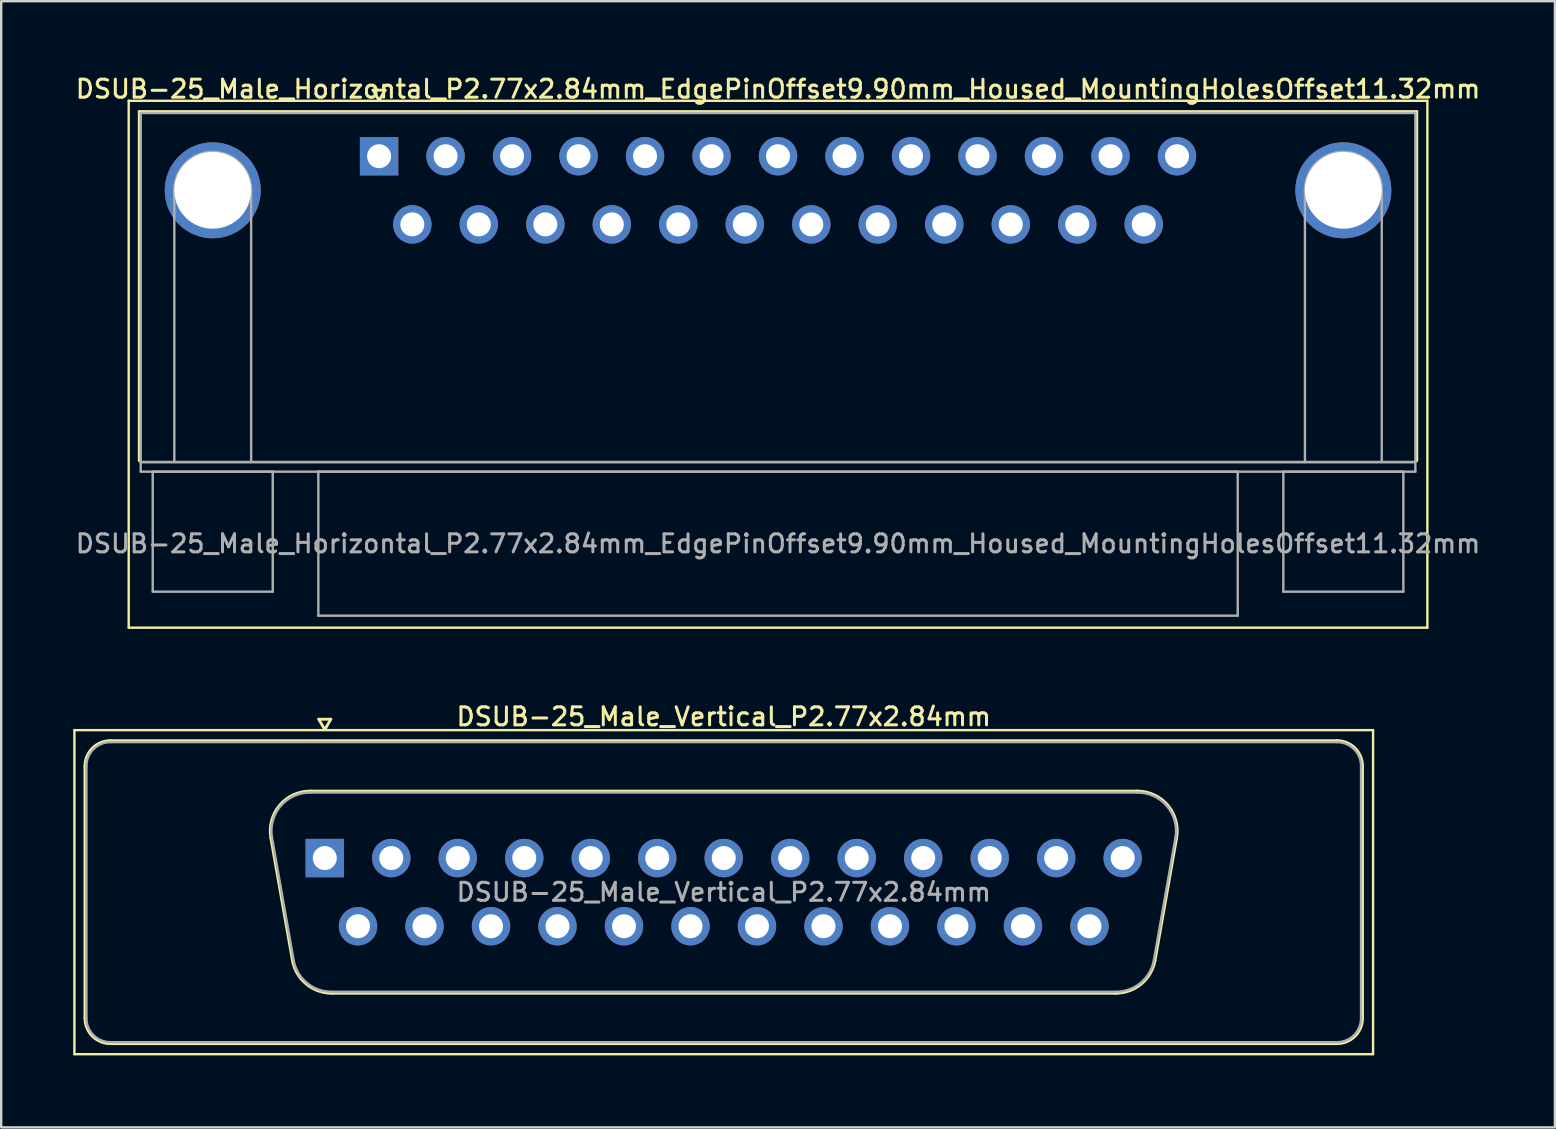
<source format=kicad_pcb>
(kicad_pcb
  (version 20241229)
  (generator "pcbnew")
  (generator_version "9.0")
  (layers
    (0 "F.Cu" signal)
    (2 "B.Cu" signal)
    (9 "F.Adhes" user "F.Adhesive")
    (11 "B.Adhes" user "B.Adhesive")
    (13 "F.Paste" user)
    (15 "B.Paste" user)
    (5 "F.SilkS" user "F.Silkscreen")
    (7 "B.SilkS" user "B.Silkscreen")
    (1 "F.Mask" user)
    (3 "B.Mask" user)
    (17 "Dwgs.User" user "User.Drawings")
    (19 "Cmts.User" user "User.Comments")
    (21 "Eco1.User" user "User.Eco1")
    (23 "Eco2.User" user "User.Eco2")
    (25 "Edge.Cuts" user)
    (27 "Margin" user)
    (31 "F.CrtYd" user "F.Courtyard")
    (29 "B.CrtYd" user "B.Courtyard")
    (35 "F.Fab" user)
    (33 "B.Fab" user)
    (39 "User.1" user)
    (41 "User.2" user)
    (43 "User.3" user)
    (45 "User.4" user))
  (footprint "DSUB-25_Male_Horizontal_P2.77x2.84mm_EdgePinOffset9.90mm_Housed_MountingHolesOffset11.32mm"
    (layer "F.Cu")
    (at 12.742 3.458)
    (property "Reference" "DSUB-25_Male_Horizontal_P2.77x2.84mm_EdgePinOffset9.90mm_Housed_MountingHolesOffset11.32mm" (at 16.62 -2.8 0) (layer "F.SilkS") (effects (font (size 0.75 0.75) (thickness 0.125))))
    (attr through_hole)
    (fp_line (start -10.43 -2.31) (end -10.43 19.64) (stroke (width 0.1) (type solid)) (layer "F.SilkS"))
    (fp_line (start -10.43 19.64) (end 43.67 19.64) (stroke (width 0.1) (type solid)) (layer "F.SilkS"))
    (fp_line (start -9.99 -1.86) (end 43.23 -1.86) (stroke (width 0.12) (type solid)) (layer "F.SilkS"))
    (fp_line (start -9.99 12.68) (end -9.99 -1.86) (stroke (width 0.12) (type solid)) (layer "F.SilkS"))
    (fp_line (start -0.25 -2.754) (end 0.25 -2.754) (stroke (width 0.12) (type solid)) (layer "F.SilkS"))
    (fp_line (start 0 -2.321) (end -0.25 -2.754) (stroke (width 0.12) (type solid)) (layer "F.SilkS"))
    (fp_line (start 0.25 -2.754) (end 0 -2.321) (stroke (width 0.12) (type solid)) (layer "F.SilkS"))
    (fp_line (start 43.23 -1.86) (end 43.23 12.68) (stroke (width 0.12) (type solid)) (layer "F.SilkS"))
    (fp_line (start 43.67 -2.31) (end -10.43 -2.31) (stroke (width 0.1) (type solid)) (layer "F.SilkS"))
    (fp_line (start 43.67 19.64) (end 43.67 -2.31) (stroke (width 0.1) (type solid)) (layer "F.SilkS"))
    (fp_line (start -9.93 -1.8) (end -9.93 12.74) (stroke (width 0.1) (type solid)) (layer "F.Fab"))
    (fp_line (start -9.93 12.74) (end -9.93 13.14) (stroke (width 0.1) (type solid)) (layer "F.Fab"))
    (fp_line (start -9.93 12.74) (end 43.17 12.74) (stroke (width 0.1) (type solid)) (layer "F.Fab"))
    (fp_line (start -9.93 13.14) (end 43.17 13.14) (stroke (width 0.1) (type solid)) (layer "F.Fab"))
    (fp_line (start -9.43 13.14) (end -9.43 18.14) (stroke (width 0.1) (type solid)) (layer "F.Fab"))
    (fp_line (start -9.43 18.14) (end -4.43 18.14) (stroke (width 0.1) (type solid)) (layer "F.Fab"))
    (fp_line (start -8.53 12.74) (end -8.53 1.42) (stroke (width 0.1) (type solid)) (layer "F.Fab"))
    (fp_line (start -5.33 12.74) (end -5.33 1.42) (stroke (width 0.1) (type solid)) (layer "F.Fab"))
    (fp_line (start -4.43 13.14) (end -9.43 13.14) (stroke (width 0.1) (type solid)) (layer "F.Fab"))
    (fp_line (start -4.43 18.14) (end -4.43 13.14) (stroke (width 0.1) (type solid)) (layer "F.Fab"))
    (fp_line (start -2.53 13.14) (end -2.53 19.14) (stroke (width 0.1) (type solid)) (layer "F.Fab"))
    (fp_line (start -2.53 19.14) (end 35.77 19.14) (stroke (width 0.1) (type solid)) (layer "F.Fab"))
    (fp_line (start 35.77 13.14) (end -2.53 13.14) (stroke (width 0.1) (type solid)) (layer "F.Fab"))
    (fp_line (start 35.77 19.14) (end 35.77 13.14) (stroke (width 0.1) (type solid)) (layer "F.Fab"))
    (fp_line (start 37.67 13.14) (end 37.67 18.14) (stroke (width 0.1) (type solid)) (layer "F.Fab"))
    (fp_line (start 37.67 18.14) (end 42.67 18.14) (stroke (width 0.1) (type solid)) (layer "F.Fab"))
    (fp_line (start 38.57 12.74) (end 38.57 1.42) (stroke (width 0.1) (type solid)) (layer "F.Fab"))
    (fp_line (start 41.77 12.74) (end 41.77 1.42) (stroke (width 0.1) (type solid)) (layer "F.Fab"))
    (fp_line (start 42.67 13.14) (end 37.67 13.14) (stroke (width 0.1) (type solid)) (layer "F.Fab"))
    (fp_line (start 42.67 18.14) (end 42.67 13.14) (stroke (width 0.1) (type solid)) (layer "F.Fab"))
    (fp_line (start 43.17 -1.8) (end -9.93 -1.8) (stroke (width 0.1) (type solid)) (layer "F.Fab"))
    (fp_line (start 43.17 12.74) (end -9.93 12.74) (stroke (width 0.1) (type solid)) (layer "F.Fab"))
    (fp_line (start 43.17 12.74) (end 43.17 -1.8) (stroke (width 0.1) (type solid)) (layer "F.Fab"))
    (fp_line (start 43.17 13.14) (end 43.17 12.74) (stroke (width 0.1) (type solid)) (layer "F.Fab"))
    (fp_arc (start -8.53 1.42) (mid -6.93 -0.18) (end -5.33 1.42) (stroke (width 0.1) (type solid)) (layer "F.Fab"))
    (fp_arc (start 38.57 1.42) (mid 40.17 -0.18) (end 41.77 1.42) (stroke (width 0.1) (type solid)) (layer "F.Fab"))
    (fp_text user "${REFERENCE}" (at 16.62 16.14 0) (layer "F.Fab") (effects (font (size 0.75 0.75) (thickness 0.125))))
    (pad "0" thru_hole circle (at -6.93 1.42) (size 4 4) (drill 3.2) (layers "*.Cu" "*.Mask"))
    (pad "0" thru_hole circle (at 40.17 1.42) (size 4 4) (drill 3.2) (layers "*.Cu" "*.Mask"))
    (pad "1" thru_hole rect (at 0 0) (size 1.6 1.6) (drill 1) (layers "*.Cu" "*.Mask"))
    (pad "2" thru_hole circle (at 2.77 0) (size 1.6 1.6) (drill 1) (layers "*.Cu" "*.Mask"))
    (pad "3" thru_hole circle (at 5.54 0) (size 1.6 1.6) (drill 1) (layers "*.Cu" "*.Mask"))
    (pad "4" thru_hole circle (at 8.31 0) (size 1.6 1.6) (drill 1) (layers "*.Cu" "*.Mask"))
    (pad "5" thru_hole circle (at 11.08 0) (size 1.6 1.6) (drill 1) (layers "*.Cu" "*.Mask"))
    (pad "6" thru_hole circle (at 13.85 0) (size 1.6 1.6) (drill 1) (layers "*.Cu" "*.Mask"))
    (pad "7" thru_hole circle (at 16.62 0) (size 1.6 1.6) (drill 1) (layers "*.Cu" "*.Mask"))
    (pad "8" thru_hole circle (at 19.39 0) (size 1.6 1.6) (drill 1) (layers "*.Cu" "*.Mask"))
    (pad "9" thru_hole circle (at 22.16 0) (size 1.6 1.6) (drill 1) (layers "*.Cu" "*.Mask"))
    (pad "10" thru_hole circle (at 24.93 0) (size 1.6 1.6) (drill 1) (layers "*.Cu" "*.Mask"))
    (pad "11" thru_hole circle (at 27.7 0) (size 1.6 1.6) (drill 1) (layers "*.Cu" "*.Mask"))
    (pad "12" thru_hole circle (at 30.47 0) (size 1.6 1.6) (drill 1) (layers "*.Cu" "*.Mask"))
    (pad "13" thru_hole circle (at 33.24 0) (size 1.6 1.6) (drill 1) (layers "*.Cu" "*.Mask"))
    (pad "14" thru_hole circle (at 1.385 2.84) (size 1.6 1.6) (drill 1) (layers "*.Cu" "*.Mask"))
    (pad "15" thru_hole circle (at 4.155 2.84) (size 1.6 1.6) (drill 1) (layers "*.Cu" "*.Mask"))
    (pad "16" thru_hole circle (at 6.925 2.84) (size 1.6 1.6) (drill 1) (layers "*.Cu" "*.Mask"))
    (pad "17" thru_hole circle (at 9.695 2.84) (size 1.6 1.6) (drill 1) (layers "*.Cu" "*.Mask"))
    (pad "18" thru_hole circle (at 12.465 2.84) (size 1.6 1.6) (drill 1) (layers "*.Cu" "*.Mask"))
    (pad "19" thru_hole circle (at 15.235 2.84) (size 1.6 1.6) (drill 1) (layers "*.Cu" "*.Mask"))
    (pad "20" thru_hole circle (at 18.005 2.84) (size 1.6 1.6) (drill 1) (layers "*.Cu" "*.Mask"))
    (pad "21" thru_hole circle (at 20.775 2.84) (size 1.6 1.6) (drill 1) (layers "*.Cu" "*.Mask"))
    (pad "22" thru_hole circle (at 23.545 2.84) (size 1.6 1.6) (drill 1) (layers "*.Cu" "*.Mask"))
    (pad "23" thru_hole circle (at 26.315 2.84) (size 1.6 1.6) (drill 1) (layers "*.Cu" "*.Mask"))
    (pad "24" thru_hole circle (at 29.085 2.84) (size 1.6 1.6) (drill 1) (layers "*.Cu" "*.Mask"))
    (pad "25" thru_hole circle (at 31.855 2.84) (size 1.6 1.6) (drill 1) (layers "*.Cu" "*.Mask")))
  (footprint "DSUB-25_Male_Vertical_P2.77x2.84mm"
    (layer "F.Cu")
    (at 10.48 32.696)
    (property "Reference" "DSUB-25_Male_Vertical_P2.77x2.84mm" (at 16.62 -5.89 0) (layer "F.SilkS") (effects (font (size 0.75 0.75) (thickness 0.125))))
    (attr through_hole)
    (fp_line (start -10.43 -5.33) (end -10.43 8.17) (stroke (width 0.1) (type solid)) (layer "F.SilkS"))
    (fp_line (start -10.43 8.17) (end 43.67 8.17) (stroke (width 0.1) (type solid)) (layer "F.SilkS"))
    (fp_line (start -9.99 6.67) (end -9.99 -3.83) (stroke (width 0.12) (type solid)) (layer "F.SilkS"))
    (fp_line (start -8.93 -4.89) (end 42.17 -4.89) (stroke (width 0.12) (type solid)) (layer "F.SilkS"))
    (fp_line (start -2.246 -0.842) (end -1.347 4.258) (stroke (width 0.12) (type solid)) (layer "F.SilkS"))
    (fp_line (start -0.612 -2.79) (end 33.852 -2.79) (stroke (width 0.12) (type solid)) (layer "F.SilkS"))
    (fp_line (start -0.25 -5.784) (end 0.25 -5.784) (stroke (width 0.12) (type solid)) (layer "F.SilkS"))
    (fp_line (start 0 -5.351) (end -0.25 -5.784) (stroke (width 0.12) (type solid)) (layer "F.SilkS"))
    (fp_line (start 0.25 -5.784) (end 0 -5.351) (stroke (width 0.12) (type solid)) (layer "F.SilkS"))
    (fp_line (start 0.288 5.63) (end 32.952 5.63) (stroke (width 0.12) (type solid)) (layer "F.SilkS"))
    (fp_line (start 35.486 -0.842) (end 34.587 4.258) (stroke (width 0.12) (type solid)) (layer "F.SilkS"))
    (fp_line (start 42.17 7.73) (end -8.93 7.73) (stroke (width 0.12) (type solid)) (layer "F.SilkS"))
    (fp_line (start 43.23 -3.83) (end 43.23 6.67) (stroke (width 0.12) (type solid)) (layer "F.SilkS"))
    (fp_line (start 43.67 -5.33) (end -10.43 -5.33) (stroke (width 0.1) (type solid)) (layer "F.SilkS"))
    (fp_line (start 43.67 8.17) (end 43.67 -5.33) (stroke (width 0.1) (type solid)) (layer "F.SilkS"))
    (fp_arc (start -9.99 -3.83) (mid -9.679533 -4.579533) (end -8.93 -4.89) (stroke (width 0.12) (type solid)) (layer "F.SilkS"))
    (fp_arc (start -8.93 7.73) (mid -9.679533 7.419533) (end -9.99 6.67) (stroke (width 0.12) (type solid)) (layer "F.SilkS"))
    (fp_arc (start -2.24647 -0.841744) (mid -1.883323 -2.197027) (end -0.611689 -2.79) (stroke (width 0.12) (type solid)) (layer "F.SilkS"))
    (fp_arc (start 0.287579 5.63) (mid -0.779449 5.241634) (end -1.347202 4.258256) (stroke (width 0.12) (type solid)) (layer "F.SilkS"))
    (fp_arc (start 33.851689 -2.79) (mid 35.123323 -2.197027) (end 35.48647 -0.841744) (stroke (width 0.12) (type solid)) (layer "F.SilkS"))
    (fp_arc (start 34.587202 4.258256) (mid 34.019449 5.241634) (end 32.952421 5.63) (stroke (width 0.12) (type solid)) (layer "F.SilkS"))
    (fp_arc (start 42.17 -4.89) (mid 42.919533 -4.579533) (end 43.23 -3.83) (stroke (width 0.12) (type solid)) (layer "F.SilkS"))
    (fp_arc (start 43.23 6.67) (mid 42.919533 7.419533) (end 42.17 7.73) (stroke (width 0.12) (type solid)) (layer "F.SilkS"))
    (fp_line (start -9.93 6.67) (end -9.93 -3.83) (stroke (width 0.1) (type solid)) (layer "F.Fab"))
    (fp_line (start -8.93 -4.83) (end 42.17 -4.83) (stroke (width 0.1) (type solid)) (layer "F.Fab"))
    (fp_line (start -2.199 -0.852) (end -1.3 4.248) (stroke (width 0.1) (type solid)) (layer "F.Fab"))
    (fp_line (start -0.623 -2.73) (end 33.863 -2.73) (stroke (width 0.1) (type solid)) (layer "F.Fab"))
    (fp_line (start 0.276 5.57) (end 32.964 5.57) (stroke (width 0.1) (type solid)) (layer "F.Fab"))
    (fp_line (start 35.439 -0.852) (end 34.54 4.248) (stroke (width 0.1) (type solid)) (layer "F.Fab"))
    (fp_line (start 42.17 7.67) (end -8.93 7.67) (stroke (width 0.1) (type solid)) (layer "F.Fab"))
    (fp_line (start 43.17 -3.83) (end 43.17 6.67) (stroke (width 0.1) (type solid)) (layer "F.Fab"))
    (fp_arc (start -9.93 -3.83) (mid -9.637107 -4.537107) (end -8.93 -4.83) (stroke (width 0.1) (type solid)) (layer "F.Fab"))
    (fp_arc (start -8.93 7.67) (mid -9.637107 7.377107) (end -9.93 6.67) (stroke (width 0.1) (type solid)) (layer "F.Fab"))
    (fp_arc (start -2.198887 -0.852163) (mid -1.848865 -2.15846) (end -0.623194 -2.73) (stroke (width 0.1) (type solid)) (layer "F.Fab"))
    (fp_arc (start 0.276073 5.57) (mid -0.752387 5.195671) (end -1.299619 4.247837) (stroke (width 0.1) (type solid)) (layer "F.Fab"))
    (fp_arc (start 33.863194 -2.73) (mid 35.088865 -2.15846) (end 35.438887 -0.852163) (stroke (width 0.1) (type solid)) (layer "F.Fab"))
    (fp_arc (start 34.539619 4.247837) (mid 33.992387 5.195671) (end 32.963927 5.57) (stroke (width 0.1) (type solid)) (layer "F.Fab"))
    (fp_arc (start 42.17 -4.83) (mid 42.877107 -4.537107) (end 43.17 -3.83) (stroke (width 0.1) (type solid)) (layer "F.Fab"))
    (fp_arc (start 43.17 6.67) (mid 42.877107 7.377107) (end 42.17 7.67) (stroke (width 0.1) (type solid)) (layer "F.Fab"))
    (fp_text user "${REFERENCE}" (at 16.62 1.42 0) (layer "F.Fab") (effects (font (size 0.75 0.75) (thickness 0.125))))
    (pad "1" thru_hole rect (at 0 0) (size 1.6 1.6) (drill 1) (layers "*.Cu" "*.Mask"))
    (pad "2" thru_hole circle (at 2.77 0) (size 1.6 1.6) (drill 1) (layers "*.Cu" "*.Mask"))
    (pad "3" thru_hole circle (at 5.54 0) (size 1.6 1.6) (drill 1) (layers "*.Cu" "*.Mask"))
    (pad "4" thru_hole circle (at 8.31 0) (size 1.6 1.6) (drill 1) (layers "*.Cu" "*.Mask"))
    (pad "5" thru_hole circle (at 11.08 0) (size 1.6 1.6) (drill 1) (layers "*.Cu" "*.Mask"))
    (pad "6" thru_hole circle (at 13.85 0) (size 1.6 1.6) (drill 1) (layers "*.Cu" "*.Mask"))
    (pad "7" thru_hole circle (at 16.62 0) (size 1.6 1.6) (drill 1) (layers "*.Cu" "*.Mask"))
    (pad "8" thru_hole circle (at 19.39 0) (size 1.6 1.6) (drill 1) (layers "*.Cu" "*.Mask"))
    (pad "9" thru_hole circle (at 22.16 0) (size 1.6 1.6) (drill 1) (layers "*.Cu" "*.Mask"))
    (pad "10" thru_hole circle (at 24.93 0) (size 1.6 1.6) (drill 1) (layers "*.Cu" "*.Mask"))
    (pad "11" thru_hole circle (at 27.7 0) (size 1.6 1.6) (drill 1) (layers "*.Cu" "*.Mask"))
    (pad "12" thru_hole circle (at 30.47 0) (size 1.6 1.6) (drill 1) (layers "*.Cu" "*.Mask"))
    (pad "13" thru_hole circle (at 33.24 0) (size 1.6 1.6) (drill 1) (layers "*.Cu" "*.Mask"))
    (pad "14" thru_hole circle (at 1.385 2.84) (size 1.6 1.6) (drill 1) (layers "*.Cu" "*.Mask"))
    (pad "15" thru_hole circle (at 4.155 2.84) (size 1.6 1.6) (drill 1) (layers "*.Cu" "*.Mask"))
    (pad "16" thru_hole circle (at 6.925 2.84) (size 1.6 1.6) (drill 1) (layers "*.Cu" "*.Mask"))
    (pad "17" thru_hole circle (at 9.695 2.84) (size 1.6 1.6) (drill 1) (layers "*.Cu" "*.Mask"))
    (pad "18" thru_hole circle (at 12.465 2.84) (size 1.6 1.6) (drill 1) (layers "*.Cu" "*.Mask"))
    (pad "19" thru_hole circle (at 15.235 2.84) (size 1.6 1.6) (drill 1) (layers "*.Cu" "*.Mask"))
    (pad "20" thru_hole circle (at 18.005 2.84) (size 1.6 1.6) (drill 1) (layers "*.Cu" "*.Mask"))
    (pad "21" thru_hole circle (at 20.775 2.84) (size 1.6 1.6) (drill 1) (layers "*.Cu" "*.Mask"))
    (pad "22" thru_hole circle (at 23.545 2.84) (size 1.6 1.6) (drill 1) (layers "*.Cu" "*.Mask"))
    (pad "23" thru_hole circle (at 26.315 2.84) (size 1.6 1.6) (drill 1) (layers "*.Cu" "*.Mask"))
    (pad "24" thru_hole circle (at 29.085 2.84) (size 1.6 1.6) (drill 1) (layers "*.Cu" "*.Mask"))
    (pad "25" thru_hole circle (at 31.855 2.84) (size 1.6 1.6) (drill 1) (layers "*.Cu" "*.Mask")))
  (gr_rect
    (start -3 -3)
    (end 61.725 43.916)
    (stroke (width 0.1) (type default))
    (fill no)
    (layer "Edge.Cuts")))
</source>
